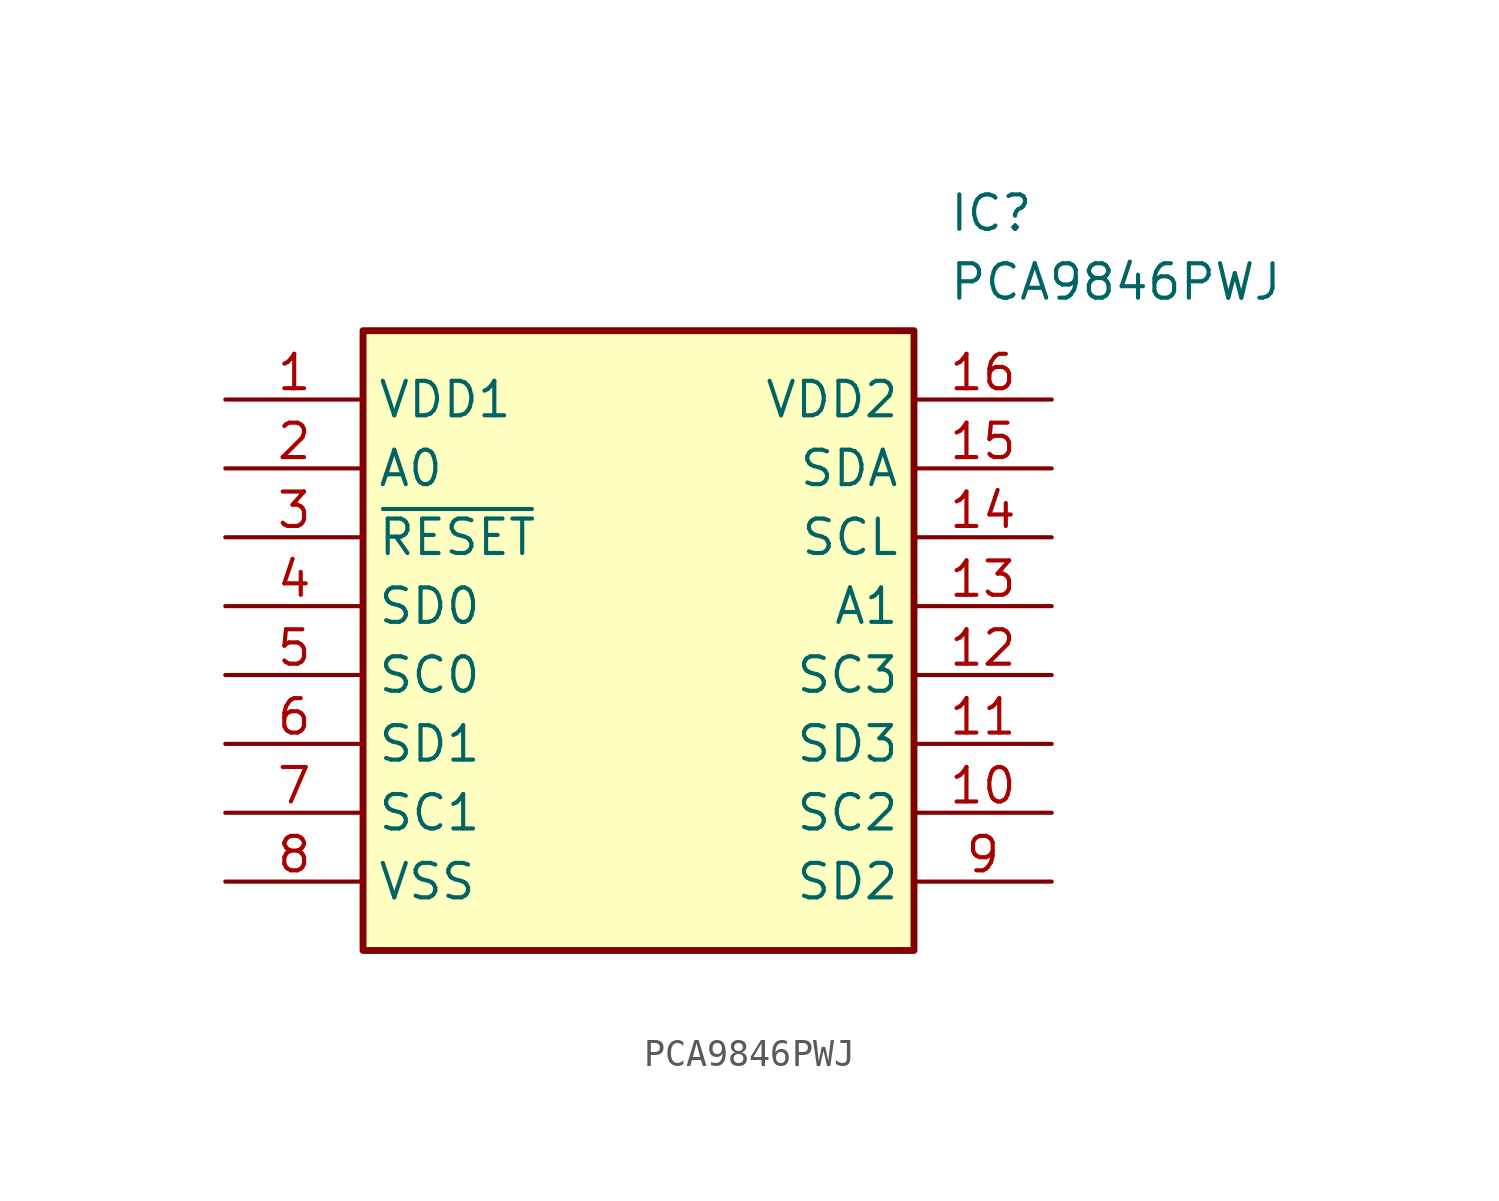
<source format=kicad_sym>
(kicad_symbol_lib
  (version 20211014)
  (generator SamacSys_ECAD_Model)
  (symbol "PCA9846PWJ"
    (property "Reference" "IC"
      (at 26.67 7.62 0)
      (effects (font (size 1.27 1.27)) (justify left top)))
    (property "Value" "PCA9846PWJ"
      (at 26.67 5.08 0)
      (effects (font (size 1.27 1.27)) (justify left top)))
    (rectangle
      (start 5.08 2.54)
      (end 25.4 -20.32)
      (stroke (width 0.254) (type default))
      (fill (type background)))
    (pin passive line
      (at 0 0 0)
      (length 5.08)
      (name "VDD1" (effects (font (size 1.27 1.27))))
      (number "1" (effects (font (size 1.27 1.27)))))
    (pin passive line
      (at 0 -2.54 0)
      (length 5.08)
      (name "A0" (effects (font (size 1.27 1.27))))
      (number "2" (effects (font (size 1.27 1.27)))))
    (pin passive line
      (at 0 -5.08 0)
      (length 5.08)
      (name "~{RESET}" (effects (font (size 1.27 1.27))))
      (number "3" (effects (font (size 1.27 1.27)))))
    (pin passive line
      (at 0 -7.62 0)
      (length 5.08)
      (name "SD0" (effects (font (size 1.27 1.27))))
      (number "4" (effects (font (size 1.27 1.27)))))
    (pin passive line
      (at 0 -10.16 0)
      (length 5.08)
      (name "SC0" (effects (font (size 1.27 1.27))))
      (number "5" (effects (font (size 1.27 1.27)))))
    (pin passive line
      (at 0 -12.7 0)
      (length 5.08)
      (name "SD1" (effects (font (size 1.27 1.27))))
      (number "6" (effects (font (size 1.27 1.27)))))
    (pin passive line
      (at 0 -15.24 0)
      (length 5.08)
      (name "SC1" (effects (font (size 1.27 1.27))))
      (number "7" (effects (font (size 1.27 1.27)))))
    (pin passive line
      (at 0 -17.78 0)
      (length 5.08)
      (name "VSS" (effects (font (size 1.27 1.27))))
      (number "8" (effects (font (size 1.27 1.27)))))
    (pin passive line
      (at 30.48 0 180)
      (length 5.08)
      (name "VDD2" (effects (font (size 1.27 1.27))))
      (number "16" (effects (font (size 1.27 1.27)))))
    (pin passive line
      (at 30.48 -2.54 180)
      (length 5.08)
      (name "SDA" (effects (font (size 1.27 1.27))))
      (number "15" (effects (font (size 1.27 1.27)))))
    (pin passive line
      (at 30.48 -5.08 180)
      (length 5.08)
      (name "SCL" (effects (font (size 1.27 1.27))))
      (number "14" (effects (font (size 1.27 1.27)))))
    (pin passive line
      (at 30.48 -7.62 180)
      (length 5.08)
      (name "A1" (effects (font (size 1.27 1.27))))
      (number "13" (effects (font (size 1.27 1.27)))))
    (pin passive line
      (at 30.48 -10.16 180)
      (length 5.08)
      (name "SC3" (effects (font (size 1.27 1.27))))
      (number "12" (effects (font (size 1.27 1.27)))))
    (pin passive line
      (at 30.48 -12.7 180)
      (length 5.08)
      (name "SD3" (effects (font (size 1.27 1.27))))
      (number "11" (effects (font (size 1.27 1.27)))))
    (pin passive line
      (at 30.48 -15.24 180)
      (length 5.08)
      (name "SC2" (effects (font (size 1.27 1.27))))
      (number "10" (effects (font (size 1.27 1.27)))))
    (pin passive line
      (at 30.48 -17.78 180)
      (length 5.08)
      (name "SD2" (effects (font (size 1.27 1.27))))
      (number "9" (effects (font (size 1.27 1.27)))))))
</source>
